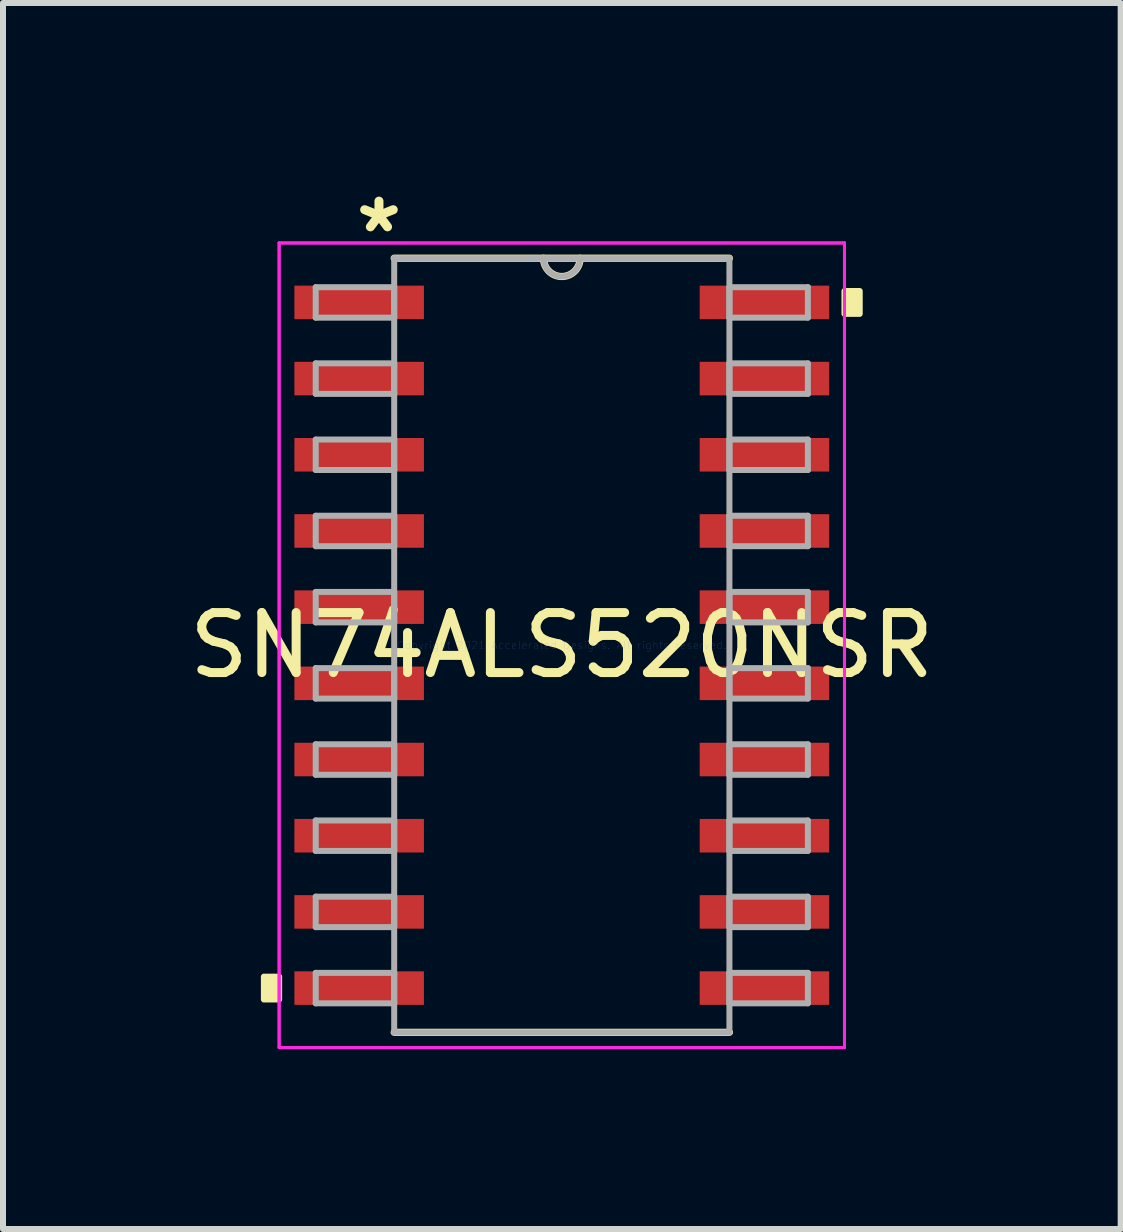
<source format=kicad_pcb>
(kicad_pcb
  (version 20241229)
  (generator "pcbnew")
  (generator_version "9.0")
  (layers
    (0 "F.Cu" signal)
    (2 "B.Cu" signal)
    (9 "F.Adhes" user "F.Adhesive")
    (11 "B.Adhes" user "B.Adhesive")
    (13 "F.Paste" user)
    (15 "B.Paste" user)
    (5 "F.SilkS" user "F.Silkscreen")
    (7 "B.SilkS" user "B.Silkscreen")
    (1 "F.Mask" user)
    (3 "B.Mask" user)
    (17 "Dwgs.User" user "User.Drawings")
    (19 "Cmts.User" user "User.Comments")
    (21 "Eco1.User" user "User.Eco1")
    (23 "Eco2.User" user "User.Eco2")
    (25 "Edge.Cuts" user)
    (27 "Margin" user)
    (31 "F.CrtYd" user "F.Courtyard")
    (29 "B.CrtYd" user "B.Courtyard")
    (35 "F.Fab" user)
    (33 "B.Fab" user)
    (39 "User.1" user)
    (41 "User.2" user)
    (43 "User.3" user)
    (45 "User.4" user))
  (footprint "SN74ALS520NSR"
    (layer "F.Cu")
    (at 6.315 7.706)
    (property "Reference" "SN74ALS520NSR" (at 0 0 0) (layer "F.SilkS") (effects (font (size 1 1) (thickness 0.15))))
    (attr through_hole)
    (fp_line (start -2.794 6.452) (end 2.794 6.452) (stroke (width 0.12) (type solid)) (layer "F.SilkS"))
    (fp_line (start 2.794 -6.452) (end -2.794 -6.452) (stroke (width 0.12) (type solid)) (layer "F.SilkS"))
    (fp_arc (start 0.3048 -6.4516) (mid 0 -6.1468) (end -0.3048 -6.4516) (stroke (width 0.12) (type solid)) (layer "F.SilkS"))
    (fp_poly (pts (xy -4.966 5.524) (xy -4.966 5.905) (xy -4.712 5.905) (xy -4.712 5.524)) (stroke (width 0.1) (type solid)) (fill yes) (layer "F.SilkS"))
    (fp_poly (pts (xy 4.966 -5.905) (xy 4.966 -5.524) (xy 4.712 -5.524) (xy 4.712 -5.905)) (stroke (width 0.1) (type solid)) (fill yes) (layer "F.SilkS"))
    (fp_line (start -4.712 -6.706) (end 4.712 -6.706) (stroke (width 0.05) (type solid)) (layer "F.CrtYd"))
    (fp_line (start -4.712 -6.706) (end 4.712 -6.706) (stroke (width 0.05) (type solid)) (layer "F.CrtYd"))
    (fp_line (start -4.712 6.706) (end -4.712 -6.706) (stroke (width 0.05) (type solid)) (layer "F.CrtYd"))
    (fp_line (start -4.712 6.706) (end -4.712 -6.706) (stroke (width 0.05) (type solid)) (layer "F.CrtYd"))
    (fp_line (start 4.712 -6.706) (end 4.712 6.706) (stroke (width 0.05) (type solid)) (layer "F.CrtYd"))
    (fp_line (start 4.712 -6.706) (end 4.712 6.706) (stroke (width 0.05) (type solid)) (layer "F.CrtYd"))
    (fp_line (start 4.712 6.706) (end -4.712 6.706) (stroke (width 0.05) (type solid)) (layer "F.CrtYd"))
    (fp_line (start 4.712 6.706) (end -4.712 6.706) (stroke (width 0.05) (type solid)) (layer "F.CrtYd"))
    (fp_line (start -4.102 -5.969) (end -4.102 -5.461) (stroke (width 0.1) (type solid)) (layer "F.Fab"))
    (fp_line (start -4.102 -5.461) (end -2.794 -5.461) (stroke (width 0.1) (type solid)) (layer "F.Fab"))
    (fp_line (start -4.102 -4.699) (end -4.102 -4.191) (stroke (width 0.1) (type solid)) (layer "F.Fab"))
    (fp_line (start -4.102 -4.191) (end -2.794 -4.191) (stroke (width 0.1) (type solid)) (layer "F.Fab"))
    (fp_line (start -4.102 -3.429) (end -4.102 -2.921) (stroke (width 0.1) (type solid)) (layer "F.Fab"))
    (fp_line (start -4.102 -2.921) (end -2.794 -2.921) (stroke (width 0.1) (type solid)) (layer "F.Fab"))
    (fp_line (start -4.102 -2.159) (end -4.102 -1.651) (stroke (width 0.1) (type solid)) (layer "F.Fab"))
    (fp_line (start -4.102 -1.651) (end -2.794 -1.651) (stroke (width 0.1) (type solid)) (layer "F.Fab"))
    (fp_line (start -4.102 -0.889) (end -4.102 -0.381) (stroke (width 0.1) (type solid)) (layer "F.Fab"))
    (fp_line (start -4.102 -0.381) (end -2.794 -0.381) (stroke (width 0.1) (type solid)) (layer "F.Fab"))
    (fp_line (start -4.102 0.381) (end -4.102 0.889) (stroke (width 0.1) (type solid)) (layer "F.Fab"))
    (fp_line (start -4.102 0.889) (end -2.794 0.889) (stroke (width 0.1) (type solid)) (layer "F.Fab"))
    (fp_line (start -4.102 1.651) (end -4.102 2.159) (stroke (width 0.1) (type solid)) (layer "F.Fab"))
    (fp_line (start -4.102 2.159) (end -2.794 2.159) (stroke (width 0.1) (type solid)) (layer "F.Fab"))
    (fp_line (start -4.102 2.921) (end -4.102 3.429) (stroke (width 0.1) (type solid)) (layer "F.Fab"))
    (fp_line (start -4.102 3.429) (end -2.794 3.429) (stroke (width 0.1) (type solid)) (layer "F.Fab"))
    (fp_line (start -4.102 4.191) (end -4.102 4.699) (stroke (width 0.1) (type solid)) (layer "F.Fab"))
    (fp_line (start -4.102 4.699) (end -2.794 4.699) (stroke (width 0.1) (type solid)) (layer "F.Fab"))
    (fp_line (start -4.102 5.461) (end -4.102 5.969) (stroke (width 0.1) (type solid)) (layer "F.Fab"))
    (fp_line (start -4.102 5.969) (end -2.794 5.969) (stroke (width 0.1) (type solid)) (layer "F.Fab"))
    (fp_line (start -2.794 -6.452) (end -2.794 6.452) (stroke (width 0.1) (type solid)) (layer "F.Fab"))
    (fp_line (start -2.794 -5.969) (end -4.102 -5.969) (stroke (width 0.1) (type solid)) (layer "F.Fab"))
    (fp_line (start -2.794 -5.461) (end -2.794 -5.969) (stroke (width 0.1) (type solid)) (layer "F.Fab"))
    (fp_line (start -2.794 -4.699) (end -4.102 -4.699) (stroke (width 0.1) (type solid)) (layer "F.Fab"))
    (fp_line (start -2.794 -4.191) (end -2.794 -4.699) (stroke (width 0.1) (type solid)) (layer "F.Fab"))
    (fp_line (start -2.794 -3.429) (end -4.102 -3.429) (stroke (width 0.1) (type solid)) (layer "F.Fab"))
    (fp_line (start -2.794 -2.921) (end -2.794 -3.429) (stroke (width 0.1) (type solid)) (layer "F.Fab"))
    (fp_line (start -2.794 -2.159) (end -4.102 -2.159) (stroke (width 0.1) (type solid)) (layer "F.Fab"))
    (fp_line (start -2.794 -1.651) (end -2.794 -2.159) (stroke (width 0.1) (type solid)) (layer "F.Fab"))
    (fp_line (start -2.794 -0.889) (end -4.102 -0.889) (stroke (width 0.1) (type solid)) (layer "F.Fab"))
    (fp_line (start -2.794 -0.381) (end -2.794 -0.889) (stroke (width 0.1) (type solid)) (layer "F.Fab"))
    (fp_line (start -2.794 0.381) (end -4.102 0.381) (stroke (width 0.1) (type solid)) (layer "F.Fab"))
    (fp_line (start -2.794 0.889) (end -2.794 0.381) (stroke (width 0.1) (type solid)) (layer "F.Fab"))
    (fp_line (start -2.794 1.651) (end -4.102 1.651) (stroke (width 0.1) (type solid)) (layer "F.Fab"))
    (fp_line (start -2.794 2.159) (end -2.794 1.651) (stroke (width 0.1) (type solid)) (layer "F.Fab"))
    (fp_line (start -2.794 2.921) (end -4.102 2.921) (stroke (width 0.1) (type solid)) (layer "F.Fab"))
    (fp_line (start -2.794 3.429) (end -2.794 2.921) (stroke (width 0.1) (type solid)) (layer "F.Fab"))
    (fp_line (start -2.794 4.191) (end -4.102 4.191) (stroke (width 0.1) (type solid)) (layer "F.Fab"))
    (fp_line (start -2.794 4.699) (end -2.794 4.191) (stroke (width 0.1) (type solid)) (layer "F.Fab"))
    (fp_line (start -2.794 5.461) (end -4.102 5.461) (stroke (width 0.1) (type solid)) (layer "F.Fab"))
    (fp_line (start -2.794 5.969) (end -2.794 5.461) (stroke (width 0.1) (type solid)) (layer "F.Fab"))
    (fp_line (start -2.794 6.452) (end 2.794 6.452) (stroke (width 0.1) (type solid)) (layer "F.Fab"))
    (fp_line (start 2.794 -6.452) (end -2.794 -6.452) (stroke (width 0.1) (type solid)) (layer "F.Fab"))
    (fp_line (start 2.794 -5.969) (end 2.794 -5.461) (stroke (width 0.1) (type solid)) (layer "F.Fab"))
    (fp_line (start 2.794 -5.461) (end 4.102 -5.461) (stroke (width 0.1) (type solid)) (layer "F.Fab"))
    (fp_line (start 2.794 -4.699) (end 2.794 -4.191) (stroke (width 0.1) (type solid)) (layer "F.Fab"))
    (fp_line (start 2.794 -4.191) (end 4.102 -4.191) (stroke (width 0.1) (type solid)) (layer "F.Fab"))
    (fp_line (start 2.794 -3.429) (end 2.794 -2.921) (stroke (width 0.1) (type solid)) (layer "F.Fab"))
    (fp_line (start 2.794 -2.921) (end 4.102 -2.921) (stroke (width 0.1) (type solid)) (layer "F.Fab"))
    (fp_line (start 2.794 -2.159) (end 2.794 -1.651) (stroke (width 0.1) (type solid)) (layer "F.Fab"))
    (fp_line (start 2.794 -1.651) (end 4.102 -1.651) (stroke (width 0.1) (type solid)) (layer "F.Fab"))
    (fp_line (start 2.794 -0.889) (end 2.794 -0.381) (stroke (width 0.1) (type solid)) (layer "F.Fab"))
    (fp_line (start 2.794 -0.381) (end 4.102 -0.381) (stroke (width 0.1) (type solid)) (layer "F.Fab"))
    (fp_line (start 2.794 0.381) (end 2.794 0.889) (stroke (width 0.1) (type solid)) (layer "F.Fab"))
    (fp_line (start 2.794 0.889) (end 4.102 0.889) (stroke (width 0.1) (type solid)) (layer "F.Fab"))
    (fp_line (start 2.794 1.651) (end 2.794 2.159) (stroke (width 0.1) (type solid)) (layer "F.Fab"))
    (fp_line (start 2.794 2.159) (end 4.102 2.159) (stroke (width 0.1) (type solid)) (layer "F.Fab"))
    (fp_line (start 2.794 2.921) (end 2.794 3.429) (stroke (width 0.1) (type solid)) (layer "F.Fab"))
    (fp_line (start 2.794 3.429) (end 4.102 3.429) (stroke (width 0.1) (type solid)) (layer "F.Fab"))
    (fp_line (start 2.794 4.191) (end 2.794 4.699) (stroke (width 0.1) (type solid)) (layer "F.Fab"))
    (fp_line (start 2.794 4.699) (end 4.102 4.699) (stroke (width 0.1) (type solid)) (layer "F.Fab"))
    (fp_line (start 2.794 5.461) (end 2.794 5.969) (stroke (width 0.1) (type solid)) (layer "F.Fab"))
    (fp_line (start 2.794 5.969) (end 4.102 5.969) (stroke (width 0.1) (type solid)) (layer "F.Fab"))
    (fp_line (start 2.794 6.452) (end 2.794 -6.452) (stroke (width 0.1) (type solid)) (layer "F.Fab"))
    (fp_line (start 4.102 -5.969) (end 2.794 -5.969) (stroke (width 0.1) (type solid)) (layer "F.Fab"))
    (fp_line (start 4.102 -5.461) (end 4.102 -5.969) (stroke (width 0.1) (type solid)) (layer "F.Fab"))
    (fp_line (start 4.102 -4.699) (end 2.794 -4.699) (stroke (width 0.1) (type solid)) (layer "F.Fab"))
    (fp_line (start 4.102 -4.191) (end 4.102 -4.699) (stroke (width 0.1) (type solid)) (layer "F.Fab"))
    (fp_line (start 4.102 -3.429) (end 2.794 -3.429) (stroke (width 0.1) (type solid)) (layer "F.Fab"))
    (fp_line (start 4.102 -2.921) (end 4.102 -3.429) (stroke (width 0.1) (type solid)) (layer "F.Fab"))
    (fp_line (start 4.102 -2.159) (end 2.794 -2.159) (stroke (width 0.1) (type solid)) (layer "F.Fab"))
    (fp_line (start 4.102 -1.651) (end 4.102 -2.159) (stroke (width 0.1) (type solid)) (layer "F.Fab"))
    (fp_line (start 4.102 -0.889) (end 2.794 -0.889) (stroke (width 0.1) (type solid)) (layer "F.Fab"))
    (fp_line (start 4.102 -0.381) (end 4.102 -0.889) (stroke (width 0.1) (type solid)) (layer "F.Fab"))
    (fp_line (start 4.102 0.381) (end 2.794 0.381) (stroke (width 0.1) (type solid)) (layer "F.Fab"))
    (fp_line (start 4.102 0.889) (end 4.102 0.381) (stroke (width 0.1) (type solid)) (layer "F.Fab"))
    (fp_line (start 4.102 1.651) (end 2.794 1.651) (stroke (width 0.1) (type solid)) (layer "F.Fab"))
    (fp_line (start 4.102 2.159) (end 4.102 1.651) (stroke (width 0.1) (type solid)) (layer "F.Fab"))
    (fp_line (start 4.102 2.921) (end 2.794 2.921) (stroke (width 0.1) (type solid)) (layer "F.Fab"))
    (fp_line (start 4.102 3.429) (end 4.102 2.921) (stroke (width 0.1) (type solid)) (layer "F.Fab"))
    (fp_line (start 4.102 4.191) (end 2.794 4.191) (stroke (width 0.1) (type solid)) (layer "F.Fab"))
    (fp_line (start 4.102 4.699) (end 4.102 4.191) (stroke (width 0.1) (type solid)) (layer "F.Fab"))
    (fp_line (start 4.102 5.461) (end 2.794 5.461) (stroke (width 0.1) (type solid)) (layer "F.Fab"))
    (fp_line (start 4.102 5.969) (end 4.102 5.461) (stroke (width 0.1) (type solid)) (layer "F.Fab"))
    (fp_arc (start 0.3048 -6.4516) (mid 0 -6.1468) (end -0.3048 -6.4516) (stroke (width 0.1) (type solid)) (layer "F.Fab"))
    (fp_text user "*" (at -3.048 -6.858 0) (layer "F.SilkS") (effects (font (size 1 1) (thickness 0.15))))
    (fp_text user "Copyright 2021 Accelerated Designs. All rights reserved." (at 0 0 0) (layer "Cmts.User") (effects (font (size 0.127 0.127) (thickness 0.002))))
    (pad "1" smd rect (at -3.378 -5.715) (size 2.159 0.559) (layers "F.Cu" "F.Mask" "F.Paste"))
    (pad "2" smd rect (at -3.378 -4.445) (size 2.159 0.559) (layers "F.Cu" "F.Mask" "F.Paste"))
    (pad "3" smd rect (at -3.378 -3.175) (size 2.159 0.559) (layers "F.Cu" "F.Mask" "F.Paste"))
    (pad "4" smd rect (at -3.378 -1.905) (size 2.159 0.559) (layers "F.Cu" "F.Mask" "F.Paste"))
    (pad "5" smd rect (at -3.378 -0.635) (size 2.159 0.559) (layers "F.Cu" "F.Mask" "F.Paste"))
    (pad "6" smd rect (at -3.378 0.635) (size 2.159 0.559) (layers "F.Cu" "F.Mask" "F.Paste"))
    (pad "7" smd rect (at -3.378 1.905) (size 2.159 0.559) (layers "F.Cu" "F.Mask" "F.Paste"))
    (pad "8" smd rect (at -3.378 3.175) (size 2.159 0.559) (layers "F.Cu" "F.Mask" "F.Paste"))
    (pad "9" smd rect (at -3.378 4.445) (size 2.159 0.559) (layers "F.Cu" "F.Mask" "F.Paste"))
    (pad "10" smd rect (at -3.378 5.715) (size 2.159 0.559) (layers "F.Cu" "F.Mask" "F.Paste"))
    (pad "11" smd rect (at 3.378 5.715) (size 2.159 0.559) (layers "F.Cu" "F.Mask" "F.Paste"))
    (pad "12" smd rect (at 3.378 4.445) (size 2.159 0.559) (layers "F.Cu" "F.Mask" "F.Paste"))
    (pad "13" smd rect (at 3.378 3.175) (size 2.159 0.559) (layers "F.Cu" "F.Mask" "F.Paste"))
    (pad "14" smd rect (at 3.378 1.905) (size 2.159 0.559) (layers "F.Cu" "F.Mask" "F.Paste"))
    (pad "15" smd rect (at 3.378 0.635) (size 2.159 0.559) (layers "F.Cu" "F.Mask" "F.Paste"))
    (pad "16" smd rect (at 3.378 -0.635) (size 2.159 0.559) (layers "F.Cu" "F.Mask" "F.Paste"))
    (pad "17" smd rect (at 3.378 -1.905) (size 2.159 0.559) (layers "F.Cu" "F.Mask" "F.Paste"))
    (pad "18" smd rect (at 3.378 -3.175) (size 2.159 0.559) (layers "F.Cu" "F.Mask" "F.Paste"))
    (pad "19" smd rect (at 3.378 -4.445) (size 2.159 0.559) (layers "F.Cu" "F.Mask" "F.Paste"))
    (pad "20" smd rect (at 3.378 -5.715) (size 2.159 0.559) (layers "F.Cu" "F.Mask" "F.Paste")))
  (gr_rect
    (start -3 -3)
    (end 15.631 17.437)
    (stroke (width 0.1) (type default))
    (fill no)
    (layer "Edge.Cuts")))
</source>
